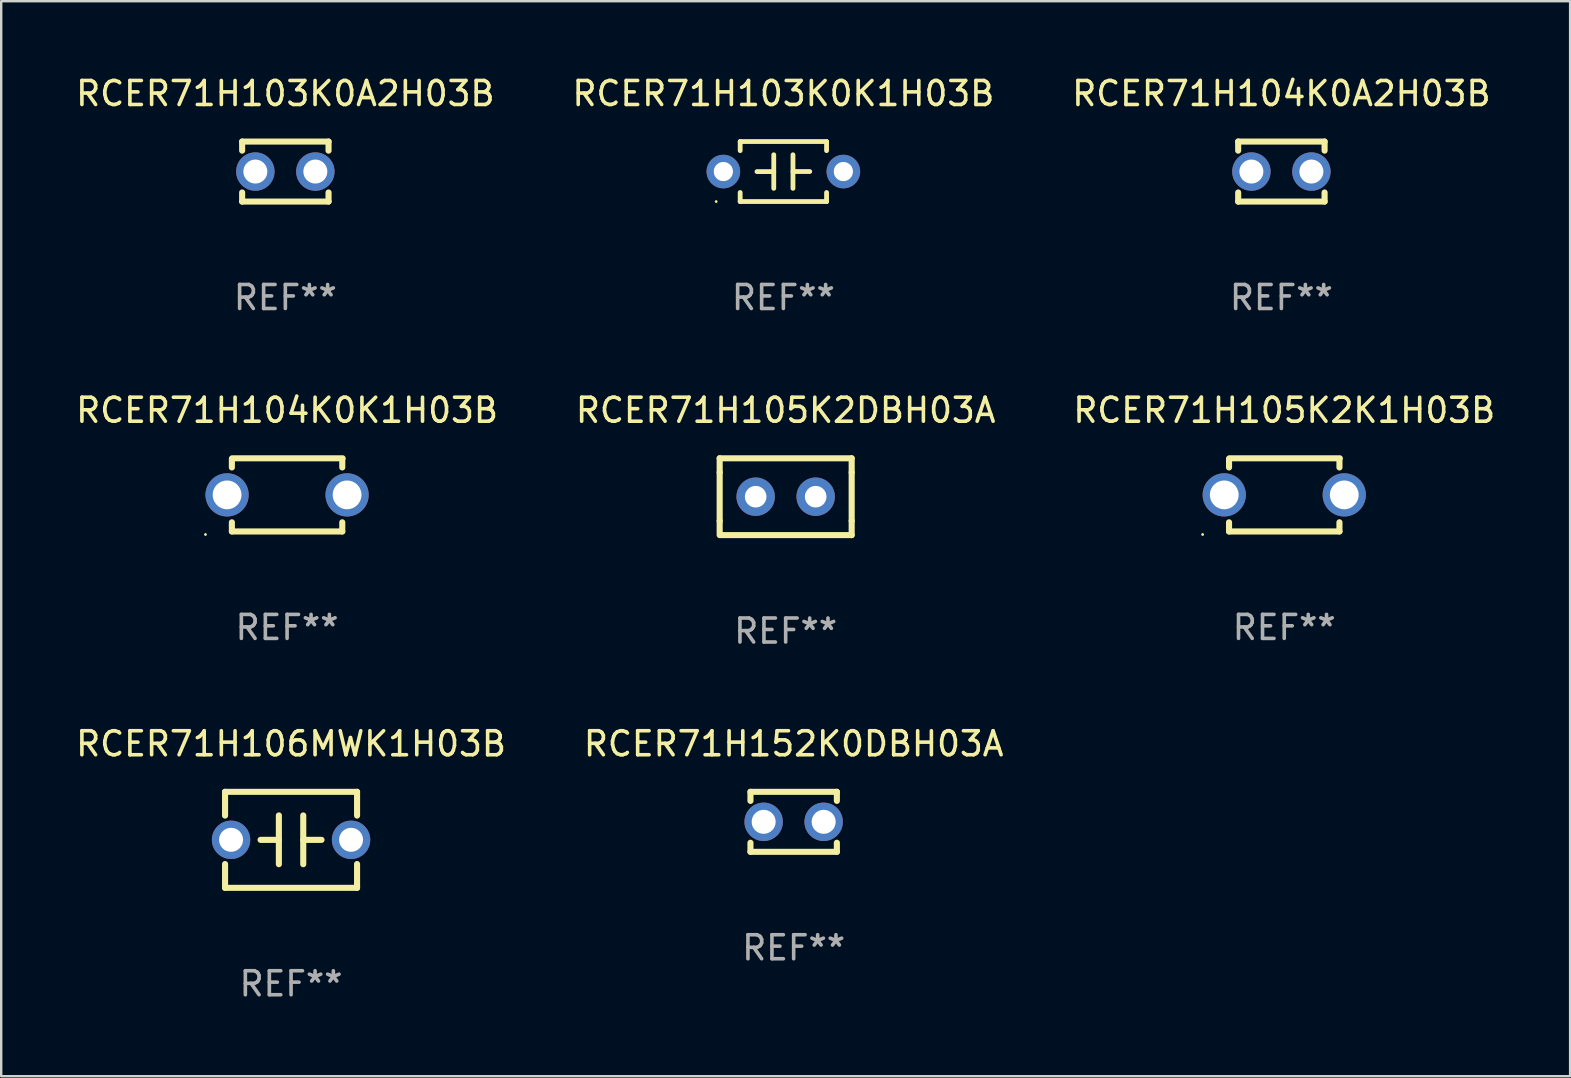
<source format=kicad_pcb>
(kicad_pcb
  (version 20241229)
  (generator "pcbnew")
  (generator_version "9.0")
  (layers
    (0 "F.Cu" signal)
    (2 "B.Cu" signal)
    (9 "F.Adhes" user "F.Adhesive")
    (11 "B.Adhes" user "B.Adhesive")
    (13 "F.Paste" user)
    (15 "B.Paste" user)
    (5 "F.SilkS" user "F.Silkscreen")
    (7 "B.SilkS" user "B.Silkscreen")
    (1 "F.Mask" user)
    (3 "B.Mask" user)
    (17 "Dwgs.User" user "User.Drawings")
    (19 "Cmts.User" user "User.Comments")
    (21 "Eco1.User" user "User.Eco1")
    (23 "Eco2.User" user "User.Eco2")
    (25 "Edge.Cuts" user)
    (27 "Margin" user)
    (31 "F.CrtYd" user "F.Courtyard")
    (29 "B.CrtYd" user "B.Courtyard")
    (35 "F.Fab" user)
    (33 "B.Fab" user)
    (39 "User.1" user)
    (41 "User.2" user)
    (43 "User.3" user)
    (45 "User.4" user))
  (footprint "RCER71H104K0K1H03B"
    (layer "F.Cu")
    (at 8.911 17.569)
    (property "Reference" "RCER71H104K0K1H03B" (at 0 -3.524 0) (layer "F.SilkS") (effects (font (size 1 1) (thickness 0.15))))
    (attr through_hole)
    (fp_line (start -2.3 -1.5) (end -2.3 -1.143) (stroke (width 0.254) (type solid)) (layer "F.SilkS"))
    (fp_line (start -2.3 1.524) (end -2.3 1.143) (stroke (width 0.254) (type solid)) (layer "F.SilkS"))
    (fp_line (start -2.286 -1.524) (end 2.314 -1.524) (stroke (width 0.254) (type solid)) (layer "F.SilkS"))
    (fp_line (start 2.3 -1.5) (end 2.3 -1.143) (stroke (width 0.254) (type solid)) (layer "F.SilkS"))
    (fp_line (start 2.3 1.524) (end -2.3 1.524) (stroke (width 0.254) (type solid)) (layer "F.SilkS"))
    (fp_line (start 2.3 1.524) (end 2.3 1.143) (stroke (width 0.254) (type solid)) (layer "F.SilkS"))
    (fp_circle (center -3.4 1.651) (end -3.37 1.651) (stroke (width 0.06) (type solid)) (fill no) (layer "F.SilkS"))
    (fp_text user "REF**" (at 0 5.524 0) (layer "F.Fab") (effects (font (size 1 1) (thickness 0.15))))
    (pad "1" thru_hole circle (at -2.5 0) (size 1.8 1.8) (drill 1.2) (layers "*.Cu" "*.Mask"))
    (pad "2" thru_hole circle (at 2.5 0) (size 1.8 1.8) (drill 1.2) (layers "*.Cu" "*.Mask")))
  (footprint "RCER71H103K0K1H03B"
    (layer "F.Cu")
    (at 29.589 4.098)
    (property "Reference" "RCER71H103K0K1H03B" (at 0 -3.25 0) (layer "F.SilkS") (effects (font (size 1 1) (thickness 0.15))))
    (attr through_hole)
    (fp_line (start -1.8 -1.25) (end -1.8 -0.872) (stroke (width 0.2) (type solid)) (layer "F.SilkS"))
    (fp_line (start -1.8 -1.25) (end 1.8 -1.25) (stroke (width 0.2) (type solid)) (layer "F.SilkS"))
    (fp_line (start -1.8 0.872) (end -1.8 1.25) (stroke (width 0.2) (type solid)) (layer "F.SilkS"))
    (fp_line (start -1.8 1.25) (end 1.8 1.25) (stroke (width 0.2) (type solid)) (layer "F.SilkS"))
    (fp_line (start -0.4 -0.7) (end -0.4 0.7) (stroke (width 0.2) (type solid)) (layer "F.SilkS"))
    (fp_line (start -0.4 0.002) (end -1.1 0.002) (stroke (width 0.2) (type solid)) (layer "F.SilkS"))
    (fp_line (start 0.4 -0.001) (end 1.1 -0.001) (stroke (width 0.2) (type solid)) (layer "F.SilkS"))
    (fp_line (start 0.4 0.7) (end 0.4 -0.7) (stroke (width 0.2) (type solid)) (layer "F.SilkS"))
    (fp_line (start 1.8 -1.25) (end 1.8 -0.872) (stroke (width 0.2) (type solid)) (layer "F.SilkS"))
    (fp_line (start 1.8 0.872) (end 1.8 1.25) (stroke (width 0.2) (type solid)) (layer "F.SilkS"))
    (fp_circle (center -2.8 1.25) (end -2.77 1.25) (stroke (width 0.06) (type solid)) (fill no) (layer "F.SilkS"))
    (fp_text user "REF**" (at 0 5.25 0) (layer "F.Fab") (effects (font (size 1 1) (thickness 0.15))))
    (pad "1" thru_hole circle (at -2.5 0) (size 1.4 1.4) (drill 0.8) (layers "*.Cu" "*.Mask"))
    (pad "2" thru_hole circle (at 2.5 0) (size 1.4 1.4) (drill 0.8) (layers "*.Cu" "*.Mask")))
  (footprint "RCER71H103K0A2H03B"
    (layer "F.Cu")
    (at 8.839 4.098)
    (property "Reference" "RCER71H103K0A2H03B" (at 0 -3.25 0) (layer "F.SilkS") (effects (font (size 1 1) (thickness 0.15))))
    (attr through_hole)
    (fp_line (start -1.8 -1.25) (end -1.8 -0.872) (stroke (width 0.254) (type solid)) (layer "F.SilkS"))
    (fp_line (start -1.8 -1.25) (end 1.8 -1.25) (stroke (width 0.254) (type solid)) (layer "F.SilkS"))
    (fp_line (start -1.8 0.872) (end -1.8 1.25) (stroke (width 0.254) (type solid)) (layer "F.SilkS"))
    (fp_line (start -1.8 1.25) (end 1.8 1.25) (stroke (width 0.254) (type solid)) (layer "F.SilkS"))
    (fp_line (start 1.8 -1.25) (end 1.8 -0.872) (stroke (width 0.254) (type solid)) (layer "F.SilkS"))
    (fp_line (start 1.8 0.872) (end 1.8 1.25) (stroke (width 0.254) (type solid)) (layer "F.SilkS"))
    (fp_circle (center -1.8 1.25) (end -1.77 1.25) (stroke (width 0.06) (type solid)) (fill no) (layer "F.SilkS"))
    (fp_text user "REF**" (at 0 5.25 0) (layer "F.Fab") (effects (font (size 1 1) (thickness 0.15))))
    (pad "1" thru_hole circle (at -1.25 0) (size 1.6 1.6) (drill 1) (layers "*.Cu" "*.Mask"))
    (pad "2" thru_hole circle (at 1.25 0) (size 1.6 1.6) (drill 1) (layers "*.Cu" "*.Mask")))
  (footprint "RCER71H104K0A2H03B"
    (layer "F.Cu")
    (at 50.339 4.098)
    (property "Reference" "RCER71H104K0A2H03B" (at 0 -3.25 0) (layer "F.SilkS") (effects (font (size 1 1) (thickness 0.15))))
    (attr through_hole)
    (fp_line (start -1.8 -1.25) (end -1.8 -0.872) (stroke (width 0.254) (type solid)) (layer "F.SilkS"))
    (fp_line (start -1.8 -1.25) (end 1.8 -1.25) (stroke (width 0.254) (type solid)) (layer "F.SilkS"))
    (fp_line (start -1.8 0.872) (end -1.8 1.25) (stroke (width 0.254) (type solid)) (layer "F.SilkS"))
    (fp_line (start -1.8 1.25) (end 1.8 1.25) (stroke (width 0.254) (type solid)) (layer "F.SilkS"))
    (fp_line (start 1.8 -1.25) (end 1.8 -0.872) (stroke (width 0.254) (type solid)) (layer "F.SilkS"))
    (fp_line (start 1.8 0.872) (end 1.8 1.25) (stroke (width 0.254) (type solid)) (layer "F.SilkS"))
    (fp_circle (center -1.8 1.25) (end -1.77 1.25) (stroke (width 0.06) (type solid)) (fill no) (layer "F.SilkS"))
    (fp_text user "REF**" (at 0 5.25 0) (layer "F.Fab") (effects (font (size 1 1) (thickness 0.15))))
    (pad "1" thru_hole circle (at -1.25 0) (size 1.6 1.6) (drill 1) (layers "*.Cu" "*.Mask"))
    (pad "2" thru_hole circle (at 1.25 0) (size 1.6 1.6) (drill 1) (layers "*.Cu" "*.Mask")))
  (footprint "RCER71H105K2K1H03B"
    (layer "F.Cu")
    (at 50.458 17.569)
    (property "Reference" "RCER71H105K2K1H03B" (at 0 -3.524 0) (layer "F.SilkS") (effects (font (size 1 1) (thickness 0.15))))
    (attr through_hole)
    (fp_line (start -2.3 -1.5) (end -2.3 -1.143) (stroke (width 0.254) (type solid)) (layer "F.SilkS"))
    (fp_line (start -2.3 1.524) (end -2.3 1.143) (stroke (width 0.254) (type solid)) (layer "F.SilkS"))
    (fp_line (start -2.286 -1.524) (end 2.314 -1.524) (stroke (width 0.254) (type solid)) (layer "F.SilkS"))
    (fp_line (start 2.3 -1.5) (end 2.3 -1.143) (stroke (width 0.254) (type solid)) (layer "F.SilkS"))
    (fp_line (start 2.3 1.524) (end -2.3 1.524) (stroke (width 0.254) (type solid)) (layer "F.SilkS"))
    (fp_line (start 2.3 1.524) (end 2.3 1.143) (stroke (width 0.254) (type solid)) (layer "F.SilkS"))
    (fp_circle (center -3.4 1.651) (end -3.37 1.651) (stroke (width 0.06) (type solid)) (fill no) (layer "F.SilkS"))
    (fp_text user "REF**" (at 0 5.524 0) (layer "F.Fab") (effects (font (size 1 1) (thickness 0.15))))
    (pad "1" thru_hole circle (at -2.5 0) (size 1.8 1.8) (drill 1.2) (layers "*.Cu" "*.Mask"))
    (pad "2" thru_hole circle (at 2.5 0) (size 1.8 1.8) (drill 1.2) (layers "*.Cu" "*.Mask")))
  (footprint "RCER71H105K2DBH03A"
    (layer "F.Cu")
    (at 29.685 17.645)
    (property "Reference" "RCER71H105K2DBH03A" (at 0 -3.6 0) (layer "F.SilkS") (effects (font (size 1 1) (thickness 0.15))))
    (attr through_hole)
    (fp_line (start -2.75 -1.6) (end -2.75 -1.01) (stroke (width 0.254) (type solid)) (layer "F.SilkS"))
    (fp_line (start -2.75 -1.6) (end 2.75 -1.6) (stroke (width 0.254) (type solid)) (layer "F.SilkS"))
    (fp_line (start -2.75 -1.01) (end -2.75 1.01) (stroke (width 0.254) (type solid)) (layer "F.SilkS"))
    (fp_line (start -2.75 1.01) (end -2.75 1.524) (stroke (width 0.254) (type solid)) (layer "F.SilkS"))
    (fp_line (start -2.75 1.6) (end 2.75 1.6) (stroke (width 0.254) (type solid)) (layer "F.SilkS"))
    (fp_line (start 2.75 -1.6) (end 2.75 -1.01) (stroke (width 0.254) (type solid)) (layer "F.SilkS"))
    (fp_line (start 2.75 -1.01) (end 2.75 1.01) (stroke (width 0.254) (type solid)) (layer "F.SilkS"))
    (fp_line (start 2.75 1.01) (end 2.75 1.6) (stroke (width 0.254) (type solid)) (layer "F.SilkS"))
    (fp_circle (center -2.75 1.6) (end -2.72 1.6) (stroke (width 0.06) (type solid)) (fill no) (layer "F.SilkS"))
    (fp_text user "REF**" (at 0 5.6 0) (layer "F.Fab") (effects (font (size 1 1) (thickness 0.15))))
    (pad "1" thru_hole circle (at -1.25 0) (size 1.6 1.6) (drill 0.9) (layers "*.Cu" "*.Mask"))
    (pad "2" thru_hole circle (at 1.25 0) (size 1.6 1.6) (drill 0.9) (layers "*.Cu" "*.Mask")))
  (footprint "RCER71H152K0DBH03A"
    (layer "F.Cu")
    (at 30.018 31.191)
    (property "Reference" "RCER71H152K0DBH03A" (at 0 -3.25 0) (layer "F.SilkS") (effects (font (size 1 1) (thickness 0.15))))
    (attr through_hole)
    (fp_line (start -1.8 -1.25) (end -1.8 -0.872) (stroke (width 0.254) (type solid)) (layer "F.SilkS"))
    (fp_line (start -1.8 -1.25) (end 1.8 -1.25) (stroke (width 0.254) (type solid)) (layer "F.SilkS"))
    (fp_line (start -1.8 0.872) (end -1.8 1.25) (stroke (width 0.254) (type solid)) (layer "F.SilkS"))
    (fp_line (start -1.8 1.25) (end 1.8 1.25) (stroke (width 0.254) (type solid)) (layer "F.SilkS"))
    (fp_line (start 1.8 -1.25) (end 1.8 -0.872) (stroke (width 0.254) (type solid)) (layer "F.SilkS"))
    (fp_line (start 1.8 0.872) (end 1.8 1.25) (stroke (width 0.254) (type solid)) (layer "F.SilkS"))
    (fp_circle (center -1.8 1.25) (end -1.77 1.25) (stroke (width 0.06) (type solid)) (fill no) (layer "F.SilkS"))
    (fp_text user "REF**" (at 0 5.25 0) (layer "F.Fab") (effects (font (size 1 1) (thickness 0.15))))
    (pad "1" thru_hole circle (at -1.25 0) (size 1.6 1.6) (drill 1) (layers "*.Cu" "*.Mask"))
    (pad "2" thru_hole circle (at 1.25 0) (size 1.6 1.6) (drill 1) (layers "*.Cu" "*.Mask")))
  (footprint "RCER71H106MWK1H03B"
    (layer "F.Cu")
    (at 9.077 31.941)
    (property "Reference" "RCER71H106MWK1H03B" (at 0 -4 0) (layer "F.SilkS") (effects (font (size 1 1) (thickness 0.15))))
    (attr through_hole)
    (fp_line (start -2.75 -2) (end -2.75 -1.009) (stroke (width 0.254) (type solid)) (layer "F.SilkS"))
    (fp_line (start -2.75 -2) (end 2.75 -2) (stroke (width 0.254) (type solid)) (layer "F.SilkS"))
    (fp_line (start -2.75 1.009) (end -2.75 2) (stroke (width 0.254) (type solid)) (layer "F.SilkS"))
    (fp_line (start -0.508 -1.016) (end -0.508 1.016) (stroke (width 0.254) (type solid)) (layer "F.SilkS"))
    (fp_line (start -0.508 0.002) (end -1.27 0.002) (stroke (width 0.254) (type solid)) (layer "F.SilkS"))
    (fp_line (start 0.508 0.002) (end 1.27 0.002) (stroke (width 0.254) (type solid)) (layer "F.SilkS"))
    (fp_line (start 0.508 1.016) (end 0.508 -1.016) (stroke (width 0.254) (type solid)) (layer "F.SilkS"))
    (fp_line (start 2.75 2) (end -2.75 2) (stroke (width 0.254) (type solid)) (layer "F.SilkS"))
    (fp_line (start 2.75 -2) (end 2.75 -1.009) (stroke (width 0.254) (type solid)) (layer "F.SilkS"))
    (fp_line (start 2.75 1.009) (end 2.75 2) (stroke (width 0.254) (type solid)) (layer "F.SilkS"))
    (fp_circle (center -2.75 2) (end -2.72 2) (stroke (width 0.06) (type solid)) (fill no) (layer "F.SilkS"))
    (fp_text user "REF**" (at 0 6 0) (layer "F.Fab") (effects (font (size 1 1) (thickness 0.15))))
    (pad "1" thru_hole circle (at -2.5 0) (size 1.6 1.6) (drill 1) (layers "*.Cu" "*.Mask"))
    (pad "2" thru_hole circle (at 2.5 0) (size 1.6 1.6) (drill 1) (layers "*.Cu" "*.Mask")))
  (gr_rect
    (start -3 -3)
    (end 62.369 41.79)
    (stroke (width 0.1) (type default))
    (fill no)
    (layer "Edge.Cuts")))
</source>
